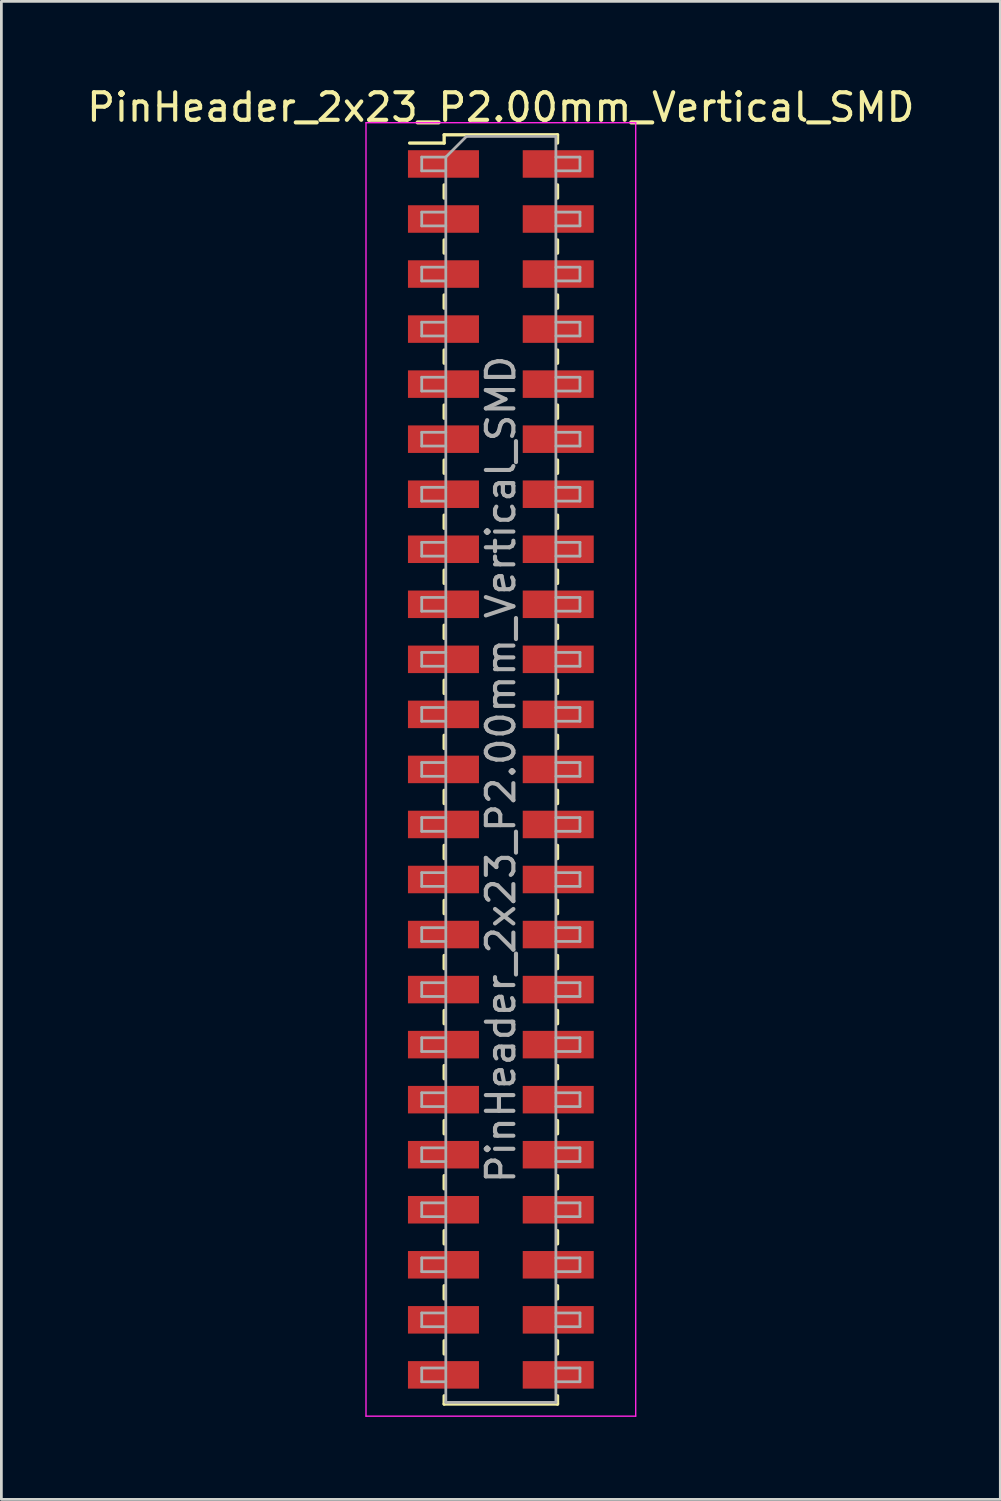
<source format=kicad_pcb>
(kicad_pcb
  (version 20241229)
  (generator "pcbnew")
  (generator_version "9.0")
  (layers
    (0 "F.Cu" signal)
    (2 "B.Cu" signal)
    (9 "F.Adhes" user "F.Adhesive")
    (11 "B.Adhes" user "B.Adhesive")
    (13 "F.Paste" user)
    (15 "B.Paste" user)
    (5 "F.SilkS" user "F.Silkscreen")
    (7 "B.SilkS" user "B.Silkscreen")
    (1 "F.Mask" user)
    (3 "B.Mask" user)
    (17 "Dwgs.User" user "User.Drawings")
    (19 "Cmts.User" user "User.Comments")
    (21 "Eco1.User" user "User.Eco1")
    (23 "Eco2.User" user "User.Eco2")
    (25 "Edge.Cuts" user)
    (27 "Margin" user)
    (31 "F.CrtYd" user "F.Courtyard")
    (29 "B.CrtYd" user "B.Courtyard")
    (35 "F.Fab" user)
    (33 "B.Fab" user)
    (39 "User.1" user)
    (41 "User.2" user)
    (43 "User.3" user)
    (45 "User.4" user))
  (footprint "PinHeader_2x23_P2.00mm_Vertical_SMD"
    (layer "F.Cu")
    (at 15.149 24.908)
    (property "Reference" "PinHeader_2x23_P2.00mm_Vertical_SMD" (at 0 -24.06 0) (layer "F.SilkS") (effects (font (size 1 1) (thickness 0.15))))
    (attr smd)
    (fp_line (start -3.315 -22.76) (end -2.06 -22.76) (stroke (width 0.12) (type solid)) (layer "F.SilkS"))
    (fp_line (start -2.06 -23.06) (end -2.06 -22.76) (stroke (width 0.12) (type solid)) (layer "F.SilkS"))
    (fp_line (start -2.06 -23.06) (end 2.06 -23.06) (stroke (width 0.12) (type solid)) (layer "F.SilkS"))
    (fp_line (start -2.06 -21.24) (end -2.06 -20.76) (stroke (width 0.12) (type solid)) (layer "F.SilkS"))
    (fp_line (start -2.06 -19.24) (end -2.06 -18.76) (stroke (width 0.12) (type solid)) (layer "F.SilkS"))
    (fp_line (start -2.06 -17.24) (end -2.06 -16.76) (stroke (width 0.12) (type solid)) (layer "F.SilkS"))
    (fp_line (start -2.06 -15.24) (end -2.06 -14.76) (stroke (width 0.12) (type solid)) (layer "F.SilkS"))
    (fp_line (start -2.06 -13.24) (end -2.06 -12.76) (stroke (width 0.12) (type solid)) (layer "F.SilkS"))
    (fp_line (start -2.06 -11.24) (end -2.06 -10.76) (stroke (width 0.12) (type solid)) (layer "F.SilkS"))
    (fp_line (start -2.06 -9.24) (end -2.06 -8.76) (stroke (width 0.12) (type solid)) (layer "F.SilkS"))
    (fp_line (start -2.06 -7.24) (end -2.06 -6.76) (stroke (width 0.12) (type solid)) (layer "F.SilkS"))
    (fp_line (start -2.06 -5.24) (end -2.06 -4.76) (stroke (width 0.12) (type solid)) (layer "F.SilkS"))
    (fp_line (start -2.06 -3.24) (end -2.06 -2.76) (stroke (width 0.12) (type solid)) (layer "F.SilkS"))
    (fp_line (start -2.06 -1.24) (end -2.06 -0.76) (stroke (width 0.12) (type solid)) (layer "F.SilkS"))
    (fp_line (start -2.06 0.76) (end -2.06 1.24) (stroke (width 0.12) (type solid)) (layer "F.SilkS"))
    (fp_line (start -2.06 2.76) (end -2.06 3.24) (stroke (width 0.12) (type solid)) (layer "F.SilkS"))
    (fp_line (start -2.06 4.76) (end -2.06 5.24) (stroke (width 0.12) (type solid)) (layer "F.SilkS"))
    (fp_line (start -2.06 6.76) (end -2.06 7.24) (stroke (width 0.12) (type solid)) (layer "F.SilkS"))
    (fp_line (start -2.06 8.76) (end -2.06 9.24) (stroke (width 0.12) (type solid)) (layer "F.SilkS"))
    (fp_line (start -2.06 10.76) (end -2.06 11.24) (stroke (width 0.12) (type solid)) (layer "F.SilkS"))
    (fp_line (start -2.06 12.76) (end -2.06 13.24) (stroke (width 0.12) (type solid)) (layer "F.SilkS"))
    (fp_line (start -2.06 14.76) (end -2.06 15.24) (stroke (width 0.12) (type solid)) (layer "F.SilkS"))
    (fp_line (start -2.06 16.76) (end -2.06 17.24) (stroke (width 0.12) (type solid)) (layer "F.SilkS"))
    (fp_line (start -2.06 18.76) (end -2.06 19.24) (stroke (width 0.12) (type solid)) (layer "F.SilkS"))
    (fp_line (start -2.06 20.76) (end -2.06 21.24) (stroke (width 0.12) (type solid)) (layer "F.SilkS"))
    (fp_line (start -2.06 22.76) (end -2.06 23.06) (stroke (width 0.12) (type solid)) (layer "F.SilkS"))
    (fp_line (start -2.06 23.06) (end 2.06 23.06) (stroke (width 0.12) (type solid)) (layer "F.SilkS"))
    (fp_line (start 2.06 -23.06) (end 2.06 -22.76) (stroke (width 0.12) (type solid)) (layer "F.SilkS"))
    (fp_line (start 2.06 -21.24) (end 2.06 -20.76) (stroke (width 0.12) (type solid)) (layer "F.SilkS"))
    (fp_line (start 2.06 -19.24) (end 2.06 -18.76) (stroke (width 0.12) (type solid)) (layer "F.SilkS"))
    (fp_line (start 2.06 -17.24) (end 2.06 -16.76) (stroke (width 0.12) (type solid)) (layer "F.SilkS"))
    (fp_line (start 2.06 -15.24) (end 2.06 -14.76) (stroke (width 0.12) (type solid)) (layer "F.SilkS"))
    (fp_line (start 2.06 -13.24) (end 2.06 -12.76) (stroke (width 0.12) (type solid)) (layer "F.SilkS"))
    (fp_line (start 2.06 -11.24) (end 2.06 -10.76) (stroke (width 0.12) (type solid)) (layer "F.SilkS"))
    (fp_line (start 2.06 -9.24) (end 2.06 -8.76) (stroke (width 0.12) (type solid)) (layer "F.SilkS"))
    (fp_line (start 2.06 -7.24) (end 2.06 -6.76) (stroke (width 0.12) (type solid)) (layer "F.SilkS"))
    (fp_line (start 2.06 -5.24) (end 2.06 -4.76) (stroke (width 0.12) (type solid)) (layer "F.SilkS"))
    (fp_line (start 2.06 -3.24) (end 2.06 -2.76) (stroke (width 0.12) (type solid)) (layer "F.SilkS"))
    (fp_line (start 2.06 -1.24) (end 2.06 -0.76) (stroke (width 0.12) (type solid)) (layer "F.SilkS"))
    (fp_line (start 2.06 0.76) (end 2.06 1.24) (stroke (width 0.12) (type solid)) (layer "F.SilkS"))
    (fp_line (start 2.06 2.76) (end 2.06 3.24) (stroke (width 0.12) (type solid)) (layer "F.SilkS"))
    (fp_line (start 2.06 4.76) (end 2.06 5.24) (stroke (width 0.12) (type solid)) (layer "F.SilkS"))
    (fp_line (start 2.06 6.76) (end 2.06 7.24) (stroke (width 0.12) (type solid)) (layer "F.SilkS"))
    (fp_line (start 2.06 8.76) (end 2.06 9.24) (stroke (width 0.12) (type solid)) (layer "F.SilkS"))
    (fp_line (start 2.06 10.76) (end 2.06 11.24) (stroke (width 0.12) (type solid)) (layer "F.SilkS"))
    (fp_line (start 2.06 12.76) (end 2.06 13.24) (stroke (width 0.12) (type solid)) (layer "F.SilkS"))
    (fp_line (start 2.06 14.76) (end 2.06 15.24) (stroke (width 0.12) (type solid)) (layer "F.SilkS"))
    (fp_line (start 2.06 16.76) (end 2.06 17.24) (stroke (width 0.12) (type solid)) (layer "F.SilkS"))
    (fp_line (start 2.06 18.76) (end 2.06 19.24) (stroke (width 0.12) (type solid)) (layer "F.SilkS"))
    (fp_line (start 2.06 20.76) (end 2.06 21.24) (stroke (width 0.12) (type solid)) (layer "F.SilkS"))
    (fp_line (start 2.06 22.76) (end 2.06 23.06) (stroke (width 0.12) (type solid)) (layer "F.SilkS"))
    (fp_line (start -4.9 -23.5) (end -4.9 23.5) (stroke (width 0.05) (type solid)) (layer "F.CrtYd"))
    (fp_line (start -4.9 23.5) (end 4.9 23.5) (stroke (width 0.05) (type solid)) (layer "F.CrtYd"))
    (fp_line (start 4.9 -23.5) (end -4.9 -23.5) (stroke (width 0.05) (type solid)) (layer "F.CrtYd"))
    (fp_line (start 4.9 23.5) (end 4.9 -23.5) (stroke (width 0.05) (type solid)) (layer "F.CrtYd"))
    (fp_line (start -2.875 -22.25) (end -2.875 -21.75) (stroke (width 0.1) (type solid)) (layer "F.Fab"))
    (fp_line (start -2.875 -21.75) (end -2 -21.75) (stroke (width 0.1) (type solid)) (layer "F.Fab"))
    (fp_line (start -2.875 -20.25) (end -2.875 -19.75) (stroke (width 0.1) (type solid)) (layer "F.Fab"))
    (fp_line (start -2.875 -19.75) (end -2 -19.75) (stroke (width 0.1) (type solid)) (layer "F.Fab"))
    (fp_line (start -2.875 -18.25) (end -2.875 -17.75) (stroke (width 0.1) (type solid)) (layer "F.Fab"))
    (fp_line (start -2.875 -17.75) (end -2 -17.75) (stroke (width 0.1) (type solid)) (layer "F.Fab"))
    (fp_line (start -2.875 -16.25) (end -2.875 -15.75) (stroke (width 0.1) (type solid)) (layer "F.Fab"))
    (fp_line (start -2.875 -15.75) (end -2 -15.75) (stroke (width 0.1) (type solid)) (layer "F.Fab"))
    (fp_line (start -2.875 -14.25) (end -2.875 -13.75) (stroke (width 0.1) (type solid)) (layer "F.Fab"))
    (fp_line (start -2.875 -13.75) (end -2 -13.75) (stroke (width 0.1) (type solid)) (layer "F.Fab"))
    (fp_line (start -2.875 -12.25) (end -2.875 -11.75) (stroke (width 0.1) (type solid)) (layer "F.Fab"))
    (fp_line (start -2.875 -11.75) (end -2 -11.75) (stroke (width 0.1) (type solid)) (layer "F.Fab"))
    (fp_line (start -2.875 -10.25) (end -2.875 -9.75) (stroke (width 0.1) (type solid)) (layer "F.Fab"))
    (fp_line (start -2.875 -9.75) (end -2 -9.75) (stroke (width 0.1) (type solid)) (layer "F.Fab"))
    (fp_line (start -2.875 -8.25) (end -2.875 -7.75) (stroke (width 0.1) (type solid)) (layer "F.Fab"))
    (fp_line (start -2.875 -7.75) (end -2 -7.75) (stroke (width 0.1) (type solid)) (layer "F.Fab"))
    (fp_line (start -2.875 -6.25) (end -2.875 -5.75) (stroke (width 0.1) (type solid)) (layer "F.Fab"))
    (fp_line (start -2.875 -5.75) (end -2 -5.75) (stroke (width 0.1) (type solid)) (layer "F.Fab"))
    (fp_line (start -2.875 -4.25) (end -2.875 -3.75) (stroke (width 0.1) (type solid)) (layer "F.Fab"))
    (fp_line (start -2.875 -3.75) (end -2 -3.75) (stroke (width 0.1) (type solid)) (layer "F.Fab"))
    (fp_line (start -2.875 -2.25) (end -2.875 -1.75) (stroke (width 0.1) (type solid)) (layer "F.Fab"))
    (fp_line (start -2.875 -1.75) (end -2 -1.75) (stroke (width 0.1) (type solid)) (layer "F.Fab"))
    (fp_line (start -2.875 -0.25) (end -2.875 0.25) (stroke (width 0.1) (type solid)) (layer "F.Fab"))
    (fp_line (start -2.875 0.25) (end -2 0.25) (stroke (width 0.1) (type solid)) (layer "F.Fab"))
    (fp_line (start -2.875 1.75) (end -2.875 2.25) (stroke (width 0.1) (type solid)) (layer "F.Fab"))
    (fp_line (start -2.875 2.25) (end -2 2.25) (stroke (width 0.1) (type solid)) (layer "F.Fab"))
    (fp_line (start -2.875 3.75) (end -2.875 4.25) (stroke (width 0.1) (type solid)) (layer "F.Fab"))
    (fp_line (start -2.875 4.25) (end -2 4.25) (stroke (width 0.1) (type solid)) (layer "F.Fab"))
    (fp_line (start -2.875 5.75) (end -2.875 6.25) (stroke (width 0.1) (type solid)) (layer "F.Fab"))
    (fp_line (start -2.875 6.25) (end -2 6.25) (stroke (width 0.1) (type solid)) (layer "F.Fab"))
    (fp_line (start -2.875 7.75) (end -2.875 8.25) (stroke (width 0.1) (type solid)) (layer "F.Fab"))
    (fp_line (start -2.875 8.25) (end -2 8.25) (stroke (width 0.1) (type solid)) (layer "F.Fab"))
    (fp_line (start -2.875 9.75) (end -2.875 10.25) (stroke (width 0.1) (type solid)) (layer "F.Fab"))
    (fp_line (start -2.875 10.25) (end -2 10.25) (stroke (width 0.1) (type solid)) (layer "F.Fab"))
    (fp_line (start -2.875 11.75) (end -2.875 12.25) (stroke (width 0.1) (type solid)) (layer "F.Fab"))
    (fp_line (start -2.875 12.25) (end -2 12.25) (stroke (width 0.1) (type solid)) (layer "F.Fab"))
    (fp_line (start -2.875 13.75) (end -2.875 14.25) (stroke (width 0.1) (type solid)) (layer "F.Fab"))
    (fp_line (start -2.875 14.25) (end -2 14.25) (stroke (width 0.1) (type solid)) (layer "F.Fab"))
    (fp_line (start -2.875 15.75) (end -2.875 16.25) (stroke (width 0.1) (type solid)) (layer "F.Fab"))
    (fp_line (start -2.875 16.25) (end -2 16.25) (stroke (width 0.1) (type solid)) (layer "F.Fab"))
    (fp_line (start -2.875 17.75) (end -2.875 18.25) (stroke (width 0.1) (type solid)) (layer "F.Fab"))
    (fp_line (start -2.875 18.25) (end -2 18.25) (stroke (width 0.1) (type solid)) (layer "F.Fab"))
    (fp_line (start -2.875 19.75) (end -2.875 20.25) (stroke (width 0.1) (type solid)) (layer "F.Fab"))
    (fp_line (start -2.875 20.25) (end -2 20.25) (stroke (width 0.1) (type solid)) (layer "F.Fab"))
    (fp_line (start -2.875 21.75) (end -2.875 22.25) (stroke (width 0.1) (type solid)) (layer "F.Fab"))
    (fp_line (start -2.875 22.25) (end -2 22.25) (stroke (width 0.1) (type solid)) (layer "F.Fab"))
    (fp_line (start -2 -22.25) (end -2.875 -22.25) (stroke (width 0.1) (type solid)) (layer "F.Fab"))
    (fp_line (start -2 -22.25) (end -1.25 -23) (stroke (width 0.1) (type solid)) (layer "F.Fab"))
    (fp_line (start -2 -20.25) (end -2.875 -20.25) (stroke (width 0.1) (type solid)) (layer "F.Fab"))
    (fp_line (start -2 -18.25) (end -2.875 -18.25) (stroke (width 0.1) (type solid)) (layer "F.Fab"))
    (fp_line (start -2 -16.25) (end -2.875 -16.25) (stroke (width 0.1) (type solid)) (layer "F.Fab"))
    (fp_line (start -2 -14.25) (end -2.875 -14.25) (stroke (width 0.1) (type solid)) (layer "F.Fab"))
    (fp_line (start -2 -12.25) (end -2.875 -12.25) (stroke (width 0.1) (type solid)) (layer "F.Fab"))
    (fp_line (start -2 -10.25) (end -2.875 -10.25) (stroke (width 0.1) (type solid)) (layer "F.Fab"))
    (fp_line (start -2 -8.25) (end -2.875 -8.25) (stroke (width 0.1) (type solid)) (layer "F.Fab"))
    (fp_line (start -2 -6.25) (end -2.875 -6.25) (stroke (width 0.1) (type solid)) (layer "F.Fab"))
    (fp_line (start -2 -4.25) (end -2.875 -4.25) (stroke (width 0.1) (type solid)) (layer "F.Fab"))
    (fp_line (start -2 -2.25) (end -2.875 -2.25) (stroke (width 0.1) (type solid)) (layer "F.Fab"))
    (fp_line (start -2 -0.25) (end -2.875 -0.25) (stroke (width 0.1) (type solid)) (layer "F.Fab"))
    (fp_line (start -2 1.75) (end -2.875 1.75) (stroke (width 0.1) (type solid)) (layer "F.Fab"))
    (fp_line (start -2 3.75) (end -2.875 3.75) (stroke (width 0.1) (type solid)) (layer "F.Fab"))
    (fp_line (start -2 5.75) (end -2.875 5.75) (stroke (width 0.1) (type solid)) (layer "F.Fab"))
    (fp_line (start -2 7.75) (end -2.875 7.75) (stroke (width 0.1) (type solid)) (layer "F.Fab"))
    (fp_line (start -2 9.75) (end -2.875 9.75) (stroke (width 0.1) (type solid)) (layer "F.Fab"))
    (fp_line (start -2 11.75) (end -2.875 11.75) (stroke (width 0.1) (type solid)) (layer "F.Fab"))
    (fp_line (start -2 13.75) (end -2.875 13.75) (stroke (width 0.1) (type solid)) (layer "F.Fab"))
    (fp_line (start -2 15.75) (end -2.875 15.75) (stroke (width 0.1) (type solid)) (layer "F.Fab"))
    (fp_line (start -2 17.75) (end -2.875 17.75) (stroke (width 0.1) (type solid)) (layer "F.Fab"))
    (fp_line (start -2 19.75) (end -2.875 19.75) (stroke (width 0.1) (type solid)) (layer "F.Fab"))
    (fp_line (start -2 21.75) (end -2.875 21.75) (stroke (width 0.1) (type solid)) (layer "F.Fab"))
    (fp_line (start -2 23) (end -2 -22.25) (stroke (width 0.1) (type solid)) (layer "F.Fab"))
    (fp_line (start -1.25 -23) (end 2 -23) (stroke (width 0.1) (type solid)) (layer "F.Fab"))
    (fp_line (start 2 -23) (end 2 23) (stroke (width 0.1) (type solid)) (layer "F.Fab"))
    (fp_line (start 2 -22.25) (end 2.875 -22.25) (stroke (width 0.1) (type solid)) (layer "F.Fab"))
    (fp_line (start 2 -20.25) (end 2.875 -20.25) (stroke (width 0.1) (type solid)) (layer "F.Fab"))
    (fp_line (start 2 -18.25) (end 2.875 -18.25) (stroke (width 0.1) (type solid)) (layer "F.Fab"))
    (fp_line (start 2 -16.25) (end 2.875 -16.25) (stroke (width 0.1) (type solid)) (layer "F.Fab"))
    (fp_line (start 2 -14.25) (end 2.875 -14.25) (stroke (width 0.1) (type solid)) (layer "F.Fab"))
    (fp_line (start 2 -12.25) (end 2.875 -12.25) (stroke (width 0.1) (type solid)) (layer "F.Fab"))
    (fp_line (start 2 -10.25) (end 2.875 -10.25) (stroke (width 0.1) (type solid)) (layer "F.Fab"))
    (fp_line (start 2 -8.25) (end 2.875 -8.25) (stroke (width 0.1) (type solid)) (layer "F.Fab"))
    (fp_line (start 2 -6.25) (end 2.875 -6.25) (stroke (width 0.1) (type solid)) (layer "F.Fab"))
    (fp_line (start 2 -4.25) (end 2.875 -4.25) (stroke (width 0.1) (type solid)) (layer "F.Fab"))
    (fp_line (start 2 -2.25) (end 2.875 -2.25) (stroke (width 0.1) (type solid)) (layer "F.Fab"))
    (fp_line (start 2 -0.25) (end 2.875 -0.25) (stroke (width 0.1) (type solid)) (layer "F.Fab"))
    (fp_line (start 2 1.75) (end 2.875 1.75) (stroke (width 0.1) (type solid)) (layer "F.Fab"))
    (fp_line (start 2 3.75) (end 2.875 3.75) (stroke (width 0.1) (type solid)) (layer "F.Fab"))
    (fp_line (start 2 5.75) (end 2.875 5.75) (stroke (width 0.1) (type solid)) (layer "F.Fab"))
    (fp_line (start 2 7.75) (end 2.875 7.75) (stroke (width 0.1) (type solid)) (layer "F.Fab"))
    (fp_line (start 2 9.75) (end 2.875 9.75) (stroke (width 0.1) (type solid)) (layer "F.Fab"))
    (fp_line (start 2 11.75) (end 2.875 11.75) (stroke (width 0.1) (type solid)) (layer "F.Fab"))
    (fp_line (start 2 13.75) (end 2.875 13.75) (stroke (width 0.1) (type solid)) (layer "F.Fab"))
    (fp_line (start 2 15.75) (end 2.875 15.75) (stroke (width 0.1) (type solid)) (layer "F.Fab"))
    (fp_line (start 2 17.75) (end 2.875 17.75) (stroke (width 0.1) (type solid)) (layer "F.Fab"))
    (fp_line (start 2 19.75) (end 2.875 19.75) (stroke (width 0.1) (type solid)) (layer "F.Fab"))
    (fp_line (start 2 21.75) (end 2.875 21.75) (stroke (width 0.1) (type solid)) (layer "F.Fab"))
    (fp_line (start 2 23) (end -2 23) (stroke (width 0.1) (type solid)) (layer "F.Fab"))
    (fp_line (start 2.875 -22.25) (end 2.875 -21.75) (stroke (width 0.1) (type solid)) (layer "F.Fab"))
    (fp_line (start 2.875 -21.75) (end 2 -21.75) (stroke (width 0.1) (type solid)) (layer "F.Fab"))
    (fp_line (start 2.875 -20.25) (end 2.875 -19.75) (stroke (width 0.1) (type solid)) (layer "F.Fab"))
    (fp_line (start 2.875 -19.75) (end 2 -19.75) (stroke (width 0.1) (type solid)) (layer "F.Fab"))
    (fp_line (start 2.875 -18.25) (end 2.875 -17.75) (stroke (width 0.1) (type solid)) (layer "F.Fab"))
    (fp_line (start 2.875 -17.75) (end 2 -17.75) (stroke (width 0.1) (type solid)) (layer "F.Fab"))
    (fp_line (start 2.875 -16.25) (end 2.875 -15.75) (stroke (width 0.1) (type solid)) (layer "F.Fab"))
    (fp_line (start 2.875 -15.75) (end 2 -15.75) (stroke (width 0.1) (type solid)) (layer "F.Fab"))
    (fp_line (start 2.875 -14.25) (end 2.875 -13.75) (stroke (width 0.1) (type solid)) (layer "F.Fab"))
    (fp_line (start 2.875 -13.75) (end 2 -13.75) (stroke (width 0.1) (type solid)) (layer "F.Fab"))
    (fp_line (start 2.875 -12.25) (end 2.875 -11.75) (stroke (width 0.1) (type solid)) (layer "F.Fab"))
    (fp_line (start 2.875 -11.75) (end 2 -11.75) (stroke (width 0.1) (type solid)) (layer "F.Fab"))
    (fp_line (start 2.875 -10.25) (end 2.875 -9.75) (stroke (width 0.1) (type solid)) (layer "F.Fab"))
    (fp_line (start 2.875 -9.75) (end 2 -9.75) (stroke (width 0.1) (type solid)) (layer "F.Fab"))
    (fp_line (start 2.875 -8.25) (end 2.875 -7.75) (stroke (width 0.1) (type solid)) (layer "F.Fab"))
    (fp_line (start 2.875 -7.75) (end 2 -7.75) (stroke (width 0.1) (type solid)) (layer "F.Fab"))
    (fp_line (start 2.875 -6.25) (end 2.875 -5.75) (stroke (width 0.1) (type solid)) (layer "F.Fab"))
    (fp_line (start 2.875 -5.75) (end 2 -5.75) (stroke (width 0.1) (type solid)) (layer "F.Fab"))
    (fp_line (start 2.875 -4.25) (end 2.875 -3.75) (stroke (width 0.1) (type solid)) (layer "F.Fab"))
    (fp_line (start 2.875 -3.75) (end 2 -3.75) (stroke (width 0.1) (type solid)) (layer "F.Fab"))
    (fp_line (start 2.875 -2.25) (end 2.875 -1.75) (stroke (width 0.1) (type solid)) (layer "F.Fab"))
    (fp_line (start 2.875 -1.75) (end 2 -1.75) (stroke (width 0.1) (type solid)) (layer "F.Fab"))
    (fp_line (start 2.875 -0.25) (end 2.875 0.25) (stroke (width 0.1) (type solid)) (layer "F.Fab"))
    (fp_line (start 2.875 0.25) (end 2 0.25) (stroke (width 0.1) (type solid)) (layer "F.Fab"))
    (fp_line (start 2.875 1.75) (end 2.875 2.25) (stroke (width 0.1) (type solid)) (layer "F.Fab"))
    (fp_line (start 2.875 2.25) (end 2 2.25) (stroke (width 0.1) (type solid)) (layer "F.Fab"))
    (fp_line (start 2.875 3.75) (end 2.875 4.25) (stroke (width 0.1) (type solid)) (layer "F.Fab"))
    (fp_line (start 2.875 4.25) (end 2 4.25) (stroke (width 0.1) (type solid)) (layer "F.Fab"))
    (fp_line (start 2.875 5.75) (end 2.875 6.25) (stroke (width 0.1) (type solid)) (layer "F.Fab"))
    (fp_line (start 2.875 6.25) (end 2 6.25) (stroke (width 0.1) (type solid)) (layer "F.Fab"))
    (fp_line (start 2.875 7.75) (end 2.875 8.25) (stroke (width 0.1) (type solid)) (layer "F.Fab"))
    (fp_line (start 2.875 8.25) (end 2 8.25) (stroke (width 0.1) (type solid)) (layer "F.Fab"))
    (fp_line (start 2.875 9.75) (end 2.875 10.25) (stroke (width 0.1) (type solid)) (layer "F.Fab"))
    (fp_line (start 2.875 10.25) (end 2 10.25) (stroke (width 0.1) (type solid)) (layer "F.Fab"))
    (fp_line (start 2.875 11.75) (end 2.875 12.25) (stroke (width 0.1) (type solid)) (layer "F.Fab"))
    (fp_line (start 2.875 12.25) (end 2 12.25) (stroke (width 0.1) (type solid)) (layer "F.Fab"))
    (fp_line (start 2.875 13.75) (end 2.875 14.25) (stroke (width 0.1) (type solid)) (layer "F.Fab"))
    (fp_line (start 2.875 14.25) (end 2 14.25) (stroke (width 0.1) (type solid)) (layer "F.Fab"))
    (fp_line (start 2.875 15.75) (end 2.875 16.25) (stroke (width 0.1) (type solid)) (layer "F.Fab"))
    (fp_line (start 2.875 16.25) (end 2 16.25) (stroke (width 0.1) (type solid)) (layer "F.Fab"))
    (fp_line (start 2.875 17.75) (end 2.875 18.25) (stroke (width 0.1) (type solid)) (layer "F.Fab"))
    (fp_line (start 2.875 18.25) (end 2 18.25) (stroke (width 0.1) (type solid)) (layer "F.Fab"))
    (fp_line (start 2.875 19.75) (end 2.875 20.25) (stroke (width 0.1) (type solid)) (layer "F.Fab"))
    (fp_line (start 2.875 20.25) (end 2 20.25) (stroke (width 0.1) (type solid)) (layer "F.Fab"))
    (fp_line (start 2.875 21.75) (end 2.875 22.25) (stroke (width 0.1) (type solid)) (layer "F.Fab"))
    (fp_line (start 2.875 22.25) (end 2 22.25) (stroke (width 0.1) (type solid)) (layer "F.Fab"))
    (fp_text user "${REFERENCE}" (at 0 0 90) (layer "F.Fab") (effects (font (size 1 1) (thickness 0.15))))
    (pad "1" smd rect (at -2.085 -22) (size 2.58 1) (layers "F.Cu" "F.Mask" "F.Paste"))
    (pad "2" smd rect (at 2.085 -22) (size 2.58 1) (layers "F.Cu" "F.Mask" "F.Paste"))
    (pad "3" smd rect (at -2.085 -20) (size 2.58 1) (layers "F.Cu" "F.Mask" "F.Paste"))
    (pad "4" smd rect (at 2.085 -20) (size 2.58 1) (layers "F.Cu" "F.Mask" "F.Paste"))
    (pad "5" smd rect (at -2.085 -18) (size 2.58 1) (layers "F.Cu" "F.Mask" "F.Paste"))
    (pad "6" smd rect (at 2.085 -18) (size 2.58 1) (layers "F.Cu" "F.Mask" "F.Paste"))
    (pad "7" smd rect (at -2.085 -16) (size 2.58 1) (layers "F.Cu" "F.Mask" "F.Paste"))
    (pad "8" smd rect (at 2.085 -16) (size 2.58 1) (layers "F.Cu" "F.Mask" "F.Paste"))
    (pad "9" smd rect (at -2.085 -14) (size 2.58 1) (layers "F.Cu" "F.Mask" "F.Paste"))
    (pad "10" smd rect (at 2.085 -14) (size 2.58 1) (layers "F.Cu" "F.Mask" "F.Paste"))
    (pad "11" smd rect (at -2.085 -12) (size 2.58 1) (layers "F.Cu" "F.Mask" "F.Paste"))
    (pad "12" smd rect (at 2.085 -12) (size 2.58 1) (layers "F.Cu" "F.Mask" "F.Paste"))
    (pad "13" smd rect (at -2.085 -10) (size 2.58 1) (layers "F.Cu" "F.Mask" "F.Paste"))
    (pad "14" smd rect (at 2.085 -10) (size 2.58 1) (layers "F.Cu" "F.Mask" "F.Paste"))
    (pad "15" smd rect (at -2.085 -8) (size 2.58 1) (layers "F.Cu" "F.Mask" "F.Paste"))
    (pad "16" smd rect (at 2.085 -8) (size 2.58 1) (layers "F.Cu" "F.Mask" "F.Paste"))
    (pad "17" smd rect (at -2.085 -6) (size 2.58 1) (layers "F.Cu" "F.Mask" "F.Paste"))
    (pad "18" smd rect (at 2.085 -6) (size 2.58 1) (layers "F.Cu" "F.Mask" "F.Paste"))
    (pad "19" smd rect (at -2.085 -4) (size 2.58 1) (layers "F.Cu" "F.Mask" "F.Paste"))
    (pad "20" smd rect (at 2.085 -4) (size 2.58 1) (layers "F.Cu" "F.Mask" "F.Paste"))
    (pad "21" smd rect (at -2.085 -2) (size 2.58 1) (layers "F.Cu" "F.Mask" "F.Paste"))
    (pad "22" smd rect (at 2.085 -2) (size 2.58 1) (layers "F.Cu" "F.Mask" "F.Paste"))
    (pad "23" smd rect (at -2.085 0) (size 2.58 1) (layers "F.Cu" "F.Mask" "F.Paste"))
    (pad "24" smd rect (at 2.085 0) (size 2.58 1) (layers "F.Cu" "F.Mask" "F.Paste"))
    (pad "25" smd rect (at -2.085 2) (size 2.58 1) (layers "F.Cu" "F.Mask" "F.Paste"))
    (pad "26" smd rect (at 2.085 2) (size 2.58 1) (layers "F.Cu" "F.Mask" "F.Paste"))
    (pad "27" smd rect (at -2.085 4) (size 2.58 1) (layers "F.Cu" "F.Mask" "F.Paste"))
    (pad "28" smd rect (at 2.085 4) (size 2.58 1) (layers "F.Cu" "F.Mask" "F.Paste"))
    (pad "29" smd rect (at -2.085 6) (size 2.58 1) (layers "F.Cu" "F.Mask" "F.Paste"))
    (pad "30" smd rect (at 2.085 6) (size 2.58 1) (layers "F.Cu" "F.Mask" "F.Paste"))
    (pad "31" smd rect (at -2.085 8) (size 2.58 1) (layers "F.Cu" "F.Mask" "F.Paste"))
    (pad "32" smd rect (at 2.085 8) (size 2.58 1) (layers "F.Cu" "F.Mask" "F.Paste"))
    (pad "33" smd rect (at -2.085 10) (size 2.58 1) (layers "F.Cu" "F.Mask" "F.Paste"))
    (pad "34" smd rect (at 2.085 10) (size 2.58 1) (layers "F.Cu" "F.Mask" "F.Paste"))
    (pad "35" smd rect (at -2.085 12) (size 2.58 1) (layers "F.Cu" "F.Mask" "F.Paste"))
    (pad "36" smd rect (at 2.085 12) (size 2.58 1) (layers "F.Cu" "F.Mask" "F.Paste"))
    (pad "37" smd rect (at -2.085 14) (size 2.58 1) (layers "F.Cu" "F.Mask" "F.Paste"))
    (pad "38" smd rect (at 2.085 14) (size 2.58 1) (layers "F.Cu" "F.Mask" "F.Paste"))
    (pad "39" smd rect (at -2.085 16) (size 2.58 1) (layers "F.Cu" "F.Mask" "F.Paste"))
    (pad "40" smd rect (at 2.085 16) (size 2.58 1) (layers "F.Cu" "F.Mask" "F.Paste"))
    (pad "41" smd rect (at -2.085 18) (size 2.58 1) (layers "F.Cu" "F.Mask" "F.Paste"))
    (pad "42" smd rect (at 2.085 18) (size 2.58 1) (layers "F.Cu" "F.Mask" "F.Paste"))
    (pad "43" smd rect (at -2.085 20) (size 2.58 1) (layers "F.Cu" "F.Mask" "F.Paste"))
    (pad "44" smd rect (at 2.085 20) (size 2.58 1) (layers "F.Cu" "F.Mask" "F.Paste"))
    (pad "45" smd rect (at -2.085 22) (size 2.58 1) (layers "F.Cu" "F.Mask" "F.Paste"))
    (pad "46" smd rect (at 2.085 22) (size 2.58 1) (layers "F.Cu" "F.Mask" "F.Paste")))
  (gr_rect
    (start -3 -3)
    (end 33.298 51.433)
    (stroke (width 0.1) (type default))
    (fill no)
    (layer "Edge.Cuts")))
</source>
